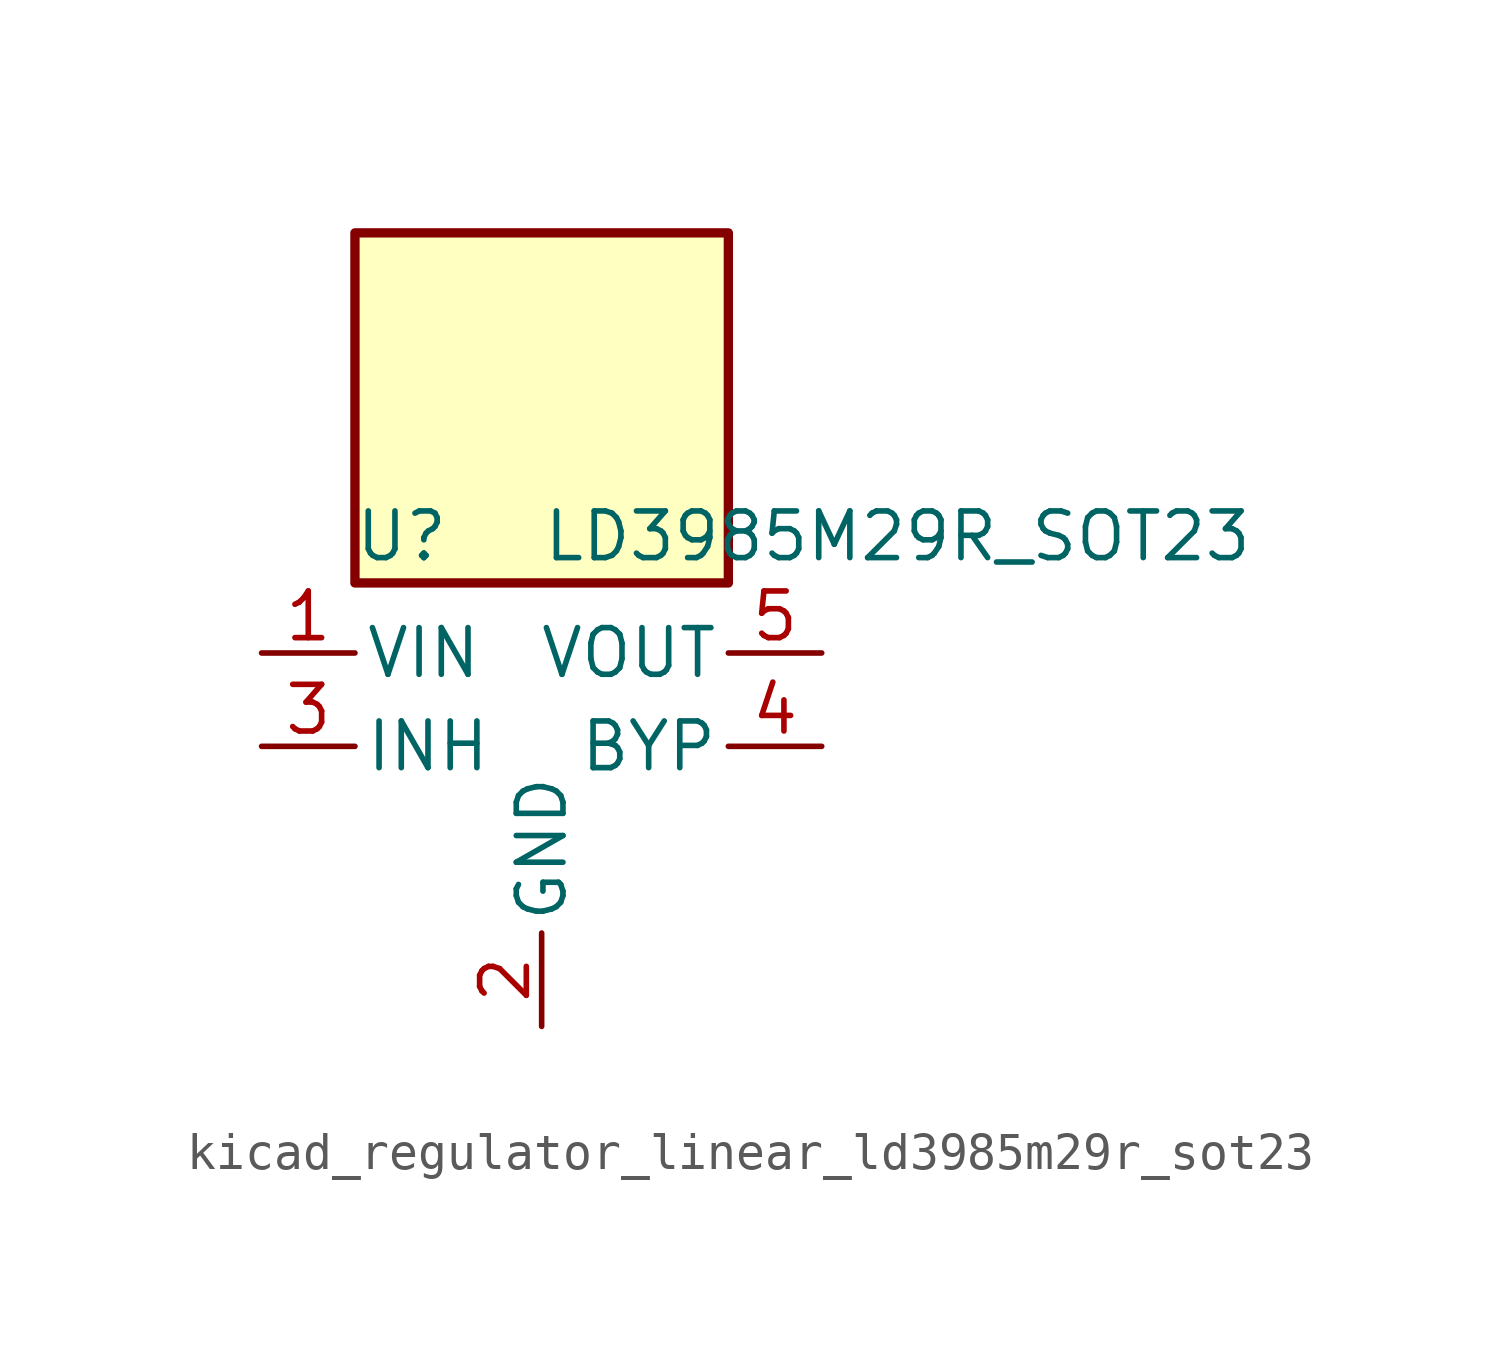
<source format=kicad_sym>
(kicad_symbol_lib
  (version 20220914)
  (generator kicad_symbol_editor)
  (symbol "kicad_regulator_linear_ld3985m29r_sot23"
    (pin_names
      (offset 0.254))
    (property "Reference" "U"
      (at -3.81 5.715 0)
      (effects (font (size 1.27 1.27))))
    (property "Value" "LD3985M29R_SOT23"
      (at 0 5.715 0)
      (effects (font (size 1.27 1.27)) (justify left)))
    (symbol "kicad_regulator_linear_ld3985m29r_sot23_0_1"
      (rectangle (start 5.08 13.97) (end -5.08 4.445) (stroke (width 0.254) (type default)) (fill (type background))))
    (symbol "kicad_regulator_linear_ld3985m29r_sot23_1_1"
      (pin power_in line (at -7.62 2.54 0) (length 2.54) (name "VIN" (effects (font (size 1.27 1.27)))) (number "1" (effects (font (size 1.27 1.27)))))
      (pin power_in line (at 0 -7.62 90) (length 2.54) (name "GND" (effects (font (size 1.27 1.27)))) (number "2" (effects (font (size 1.27 1.27)))))
      (pin input line (at -7.62 0 0) (length 2.54) (name "INH" (effects (font (size 1.27 1.27)))) (number "3" (effects (font (size 1.27 1.27)))))
      (pin input line (at 7.62 0 180) (length 2.54) (name "BYP" (effects (font (size 1.27 1.27)))) (number "4" (effects (font (size 1.27 1.27)))))
      (pin power_out line (at 7.62 2.54 180) (length 2.54) (name "VOUT" (effects (font (size 1.27 1.27)))) (number "5" (effects (font (size 1.27 1.27))))))))
</source>
